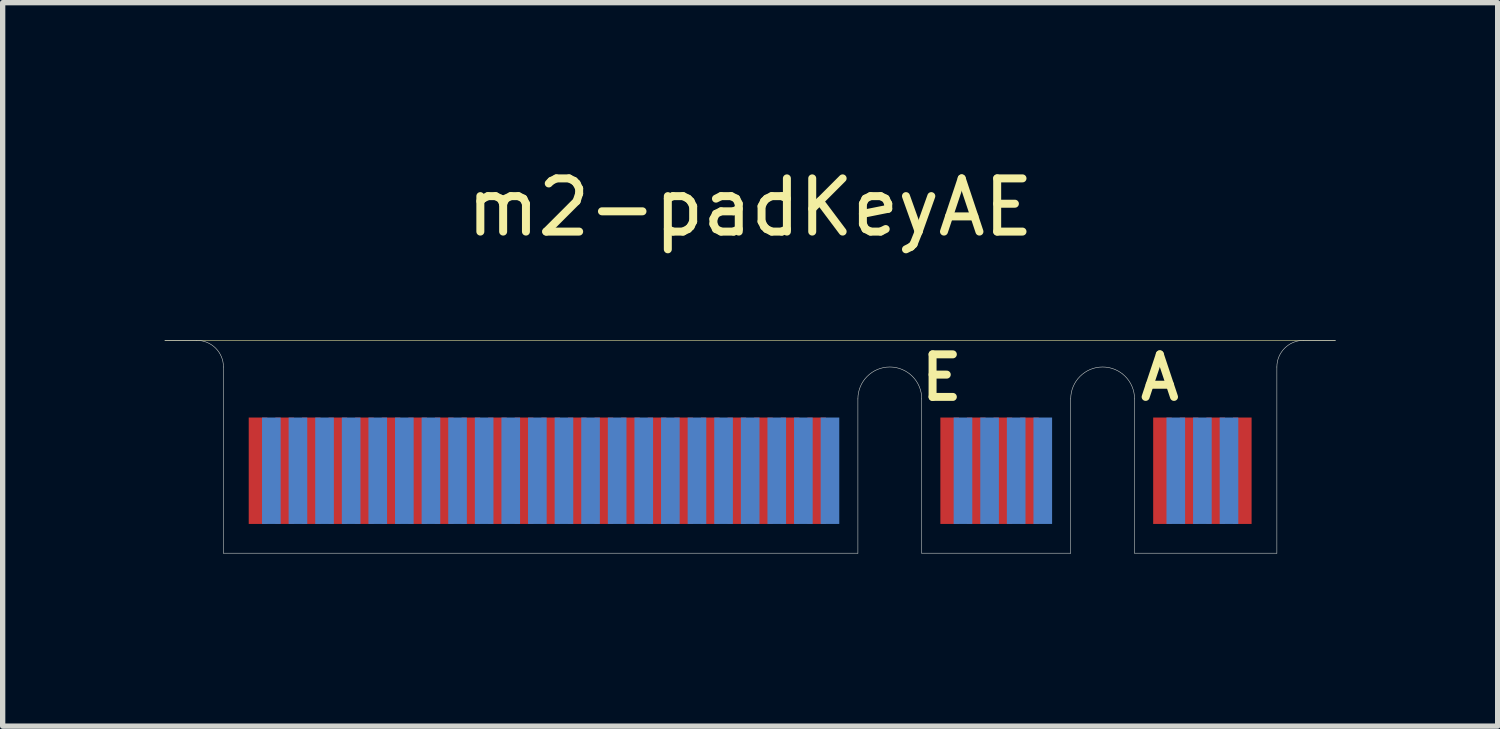
<source format=kicad_pcb>
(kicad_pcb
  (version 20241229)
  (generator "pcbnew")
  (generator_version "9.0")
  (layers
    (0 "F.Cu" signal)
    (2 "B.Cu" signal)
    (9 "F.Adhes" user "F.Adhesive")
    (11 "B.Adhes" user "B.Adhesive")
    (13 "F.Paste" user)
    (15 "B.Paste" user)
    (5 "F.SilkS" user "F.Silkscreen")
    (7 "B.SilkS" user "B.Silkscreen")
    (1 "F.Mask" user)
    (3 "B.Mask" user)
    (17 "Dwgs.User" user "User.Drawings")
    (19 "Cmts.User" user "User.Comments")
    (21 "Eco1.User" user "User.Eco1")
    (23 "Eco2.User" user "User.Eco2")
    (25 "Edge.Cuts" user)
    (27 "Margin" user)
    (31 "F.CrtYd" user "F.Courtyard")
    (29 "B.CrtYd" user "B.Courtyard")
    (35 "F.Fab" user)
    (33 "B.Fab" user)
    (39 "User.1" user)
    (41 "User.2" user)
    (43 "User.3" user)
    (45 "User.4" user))
  (footprint "m2-padKeyAE"
    (layer "F.Cu")
    (at 11.05 7.348)
    (property "Reference" "m2-padKeyAE" (at 0 -6.5 0) (layer "F.SilkS") (effects (font (size 1 1) (thickness 0.15))))
    (attr smd)
    (fp_poly (pts (xy -11 -4) (xy -11 0) (xy 11 0) (xy 11 -4)) (stroke (width 0.1) (type solid)) (fill yes) (layer "F.Mask"))
    (fp_poly (pts (xy -11 -4) (xy -11 0) (xy 11 0) (xy 11 -4)) (stroke (width 0.1) (type solid)) (fill yes) (layer "B.Mask"))
    (fp_line (start -11 -4) (end 11 -4) (stroke (width 0.01) (type solid)) (layer "F.SilkS"))
    (fp_line (start 0 0) (end 0 -4) (stroke (width 0.01) (type solid)) (layer "Eco1.User"))
    (fp_line (start -11 -4) (end -10.4 -4) (stroke (width 0.01) (type solid)) (layer "Edge.Cuts"))
    (fp_line (start -9.9 0) (end -9.9 -3.5) (stroke (width 0.01) (type solid)) (layer "Edge.Cuts"))
    (fp_line (start -9.9 0) (end 2.025 0) (stroke (width 0.01) (type solid)) (layer "Edge.Cuts"))
    (fp_line (start 2.025 0) (end 2.025 -2.9) (stroke (width 0.01) (type solid)) (layer "Edge.Cuts"))
    (fp_line (start 3.225 0) (end 3.225 -2.9) (stroke (width 0.01) (type solid)) (layer "Edge.Cuts"))
    (fp_line (start 3.225 0) (end 6.025 0) (stroke (width 0.01) (type solid)) (layer "Edge.Cuts"))
    (fp_line (start 6.025 0) (end 6.025 -2.9) (stroke (width 0.01) (type solid)) (layer "Edge.Cuts"))
    (fp_line (start 7.225 0) (end 7.225 -2.9) (stroke (width 0.01) (type solid)) (layer "Edge.Cuts"))
    (fp_line (start 7.225 0) (end 9.9 0) (stroke (width 0.01) (type solid)) (layer "Edge.Cuts"))
    (fp_line (start 9.9 0) (end 9.9 -3.5) (stroke (width 0.01) (type solid)) (layer "Edge.Cuts"))
    (fp_line (start 11 -4) (end 10.4 -4) (stroke (width 0.01) (type solid)) (layer "Edge.Cuts"))
    (fp_arc (start -10.4 -4) (mid -10.046447 -3.853553) (end -9.9 -3.5) (stroke (width 0.01) (type solid)) (layer "Edge.Cuts"))
    (fp_arc (start 2.025 -2.9) (mid 2.625 -3.5) (end 3.225 -2.9) (stroke (width 0.01) (type solid)) (layer "Edge.Cuts"))
    (fp_arc (start 6.025 -2.9) (mid 6.625 -3.5) (end 7.225 -2.9) (stroke (width 0.01) (type solid)) (layer "Edge.Cuts"))
    (fp_arc (start 9.9 -3.5) (mid 10.046447 -3.853553) (end 10.4 -4) (stroke (width 0.01) (type solid)) (layer "Edge.Cuts"))
    (fp_text user "E" (at 3.6 -3.3 0) (layer "F.SilkS") (effects (font (size 0.8 0.8) (thickness 0.15))))
    (fp_text user "A" (at 7.7 -3.3 0) (layer "F.SilkS") (effects (font (size 0.8 0.8) (thickness 0.15))))
    (pad "1" smd rect (at 9.25 -1.55) (size 0.35 2) (layers "F.Cu" "F.Mask"))
    (pad "2" smd rect (at 9 -1.55) (size 0.35 2) (layers "B.Cu" "B.Mask"))
    (pad "3" smd rect (at 8.75 -1.55) (size 0.35 2) (layers "F.Cu" "F.Mask"))
    (pad "4" smd rect (at 8.5 -1.55) (size 0.35 2) (layers "B.Cu" "B.Mask"))
    (pad "5" smd rect (at 8.25 -1.55) (size 0.35 2) (layers "F.Cu" "F.Mask"))
    (pad "6" smd rect (at 8 -1.55) (size 0.35 2) (layers "B.Cu" "B.Mask"))
    (pad "7" smd rect (at 7.75 -1.55) (size 0.35 2) (layers "F.Cu" "F.Mask"))
    (pad "16" smd rect (at 5.5 -1.55) (size 0.35 2) (layers "B.Cu" "B.Mask"))
    (pad "17" smd rect (at 5.25 -1.55) (size 0.35 2) (layers "F.Cu" "F.Mask"))
    (pad "18" smd rect (at 5 -1.55) (size 0.35 2) (layers "B.Cu" "B.Mask"))
    (pad "19" smd rect (at 4.75 -1.55) (size 0.35 2) (layers "F.Cu" "F.Mask"))
    (pad "20" smd rect (at 4.5 -1.55) (size 0.35 2) (layers "B.Cu" "B.Mask"))
    (pad "21" smd rect (at 4.25 -1.55) (size 0.35 2) (layers "F.Cu" "F.Mask"))
    (pad "22" smd rect (at 4 -1.55) (size 0.35 2) (layers "B.Cu" "B.Mask"))
    (pad "23" smd rect (at 3.75 -1.55) (size 0.35 2) (layers "F.Cu" "F.Mask"))
    (pad "32" smd rect (at 1.5 -1.55) (size 0.35 2) (layers "B.Cu" "B.Mask"))
    (pad "33" smd rect (at 1.25 -1.55) (size 0.35 2) (layers "F.Cu" "F.Mask"))
    (pad "34" smd rect (at 1 -1.55) (size 0.35 2) (layers "B.Cu" "B.Mask"))
    (pad "35" smd rect (at 0.75 -1.55) (size 0.35 2) (layers "F.Cu" "F.Mask"))
    (pad "36" smd rect (at 0.5 -1.55) (size 0.35 2) (layers "B.Cu" "B.Mask"))
    (pad "37" smd rect (at 0.25 -1.55) (size 0.35 2) (layers "F.Cu" "F.Mask"))
    (pad "38" smd rect (at 0 -1.55) (size 0.35 2) (layers "B.Cu" "B.Mask"))
    (pad "39" smd rect (at -0.25 -1.55) (size 0.35 2) (layers "F.Cu" "F.Mask"))
    (pad "40" smd rect (at -0.5 -1.55) (size 0.35 2) (layers "B.Cu" "B.Mask"))
    (pad "41" smd rect (at -0.75 -1.55) (size 0.35 2) (layers "F.Cu" "F.Mask"))
    (pad "42" smd rect (at -1 -1.55) (size 0.35 2) (layers "B.Cu" "B.Mask"))
    (pad "43" smd rect (at -1.25 -1.55) (size 0.35 2) (layers "F.Cu" "F.Mask"))
    (pad "44" smd rect (at -1.5 -1.55) (size 0.35 2) (layers "B.Cu" "B.Mask"))
    (pad "45" smd rect (at -1.75 -1.55) (size 0.35 2) (layers "F.Cu" "F.Mask"))
    (pad "46" smd rect (at -2 -1.55) (size 0.35 2) (layers "B.Cu" "B.Mask"))
    (pad "47" smd rect (at -2.25 -1.55) (size 0.35 2) (layers "F.Cu" "F.Mask"))
    (pad "48" smd rect (at -2.5 -1.55) (size 0.35 2) (layers "B.Cu" "B.Mask"))
    (pad "49" smd rect (at -2.75 -1.55) (size 0.35 2) (layers "F.Cu" "F.Mask"))
    (pad "50" smd rect (at -3 -1.55) (size 0.35 2) (layers "B.Cu" "B.Mask"))
    (pad "51" smd rect (at -3.25 -1.55) (size 0.35 2) (layers "F.Cu" "F.Mask"))
    (pad "52" smd rect (at -3.5 -1.55) (size 0.35 2) (layers "B.Cu" "B.Mask"))
    (pad "53" smd rect (at -3.75 -1.55) (size 0.35 2) (layers "F.Cu" "F.Mask"))
    (pad "54" smd rect (at -4 -1.55) (size 0.35 2) (layers "B.Cu" "B.Mask"))
    (pad "55" smd rect (at -4.25 -1.55) (size 0.35 2) (layers "F.Cu" "F.Mask"))
    (pad "56" smd rect (at -4.5 -1.55) (size 0.35 2) (layers "B.Cu" "B.Mask"))
    (pad "57" smd rect (at -4.75 -1.55) (size 0.35 2) (layers "F.Cu" "F.Mask"))
    (pad "58" smd rect (at -5 -1.55) (size 0.35 2) (layers "B.Cu" "B.Mask"))
    (pad "59" smd rect (at -5.25 -1.55) (size 0.35 2) (layers "F.Cu" "F.Mask"))
    (pad "60" smd rect (at -5.5 -1.55) (size 0.35 2) (layers "B.Cu" "B.Mask"))
    (pad "61" smd rect (at -5.75 -1.55) (size 0.35 2) (layers "F.Cu" "F.Mask"))
    (pad "62" smd rect (at -6 -1.55) (size 0.35 2) (layers "B.Cu" "B.Mask"))
    (pad "63" smd rect (at -6.25 -1.55) (size 0.35 2) (layers "F.Cu" "F.Mask"))
    (pad "64" smd rect (at -6.5 -1.55) (size 0.35 2) (layers "B.Cu" "B.Mask"))
    (pad "65" smd rect (at -6.75 -1.55) (size 0.35 2) (layers "F.Cu" "F.Mask"))
    (pad "66" smd rect (at -7 -1.55) (size 0.35 2) (layers "B.Cu" "B.Mask"))
    (pad "67" smd rect (at -7.25 -1.55) (size 0.35 2) (layers "F.Cu" "F.Mask"))
    (pad "68" smd rect (at -7.5 -1.55) (size 0.35 2) (layers "B.Cu" "B.Mask"))
    (pad "69" smd rect (at -7.75 -1.55) (size 0.35 2) (layers "F.Cu" "F.Mask"))
    (pad "70" smd rect (at -8 -1.55) (size 0.35 2) (layers "B.Cu" "B.Mask"))
    (pad "71" smd rect (at -8.25 -1.55) (size 0.35 2) (layers "F.Cu" "F.Mask"))
    (pad "72" smd rect (at -8.5 -1.55) (size 0.35 2) (layers "B.Cu" "B.Mask"))
    (pad "73" smd rect (at -8.75 -1.55) (size 0.35 2) (layers "F.Cu" "F.Mask"))
    (pad "74" smd rect (at -9 -1.55) (size 0.35 2) (layers "B.Cu" "B.Mask"))
    (pad "75" smd rect (at -9.25 -1.55) (size 0.35 2) (layers "F.Cu" "F.Mask")))
  (gr_rect
    (start -3 -3)
    (end 25.1 10.598)
    (stroke (width 0.1) (type default))
    (fill no)
    (layer "Edge.Cuts")))
</source>
